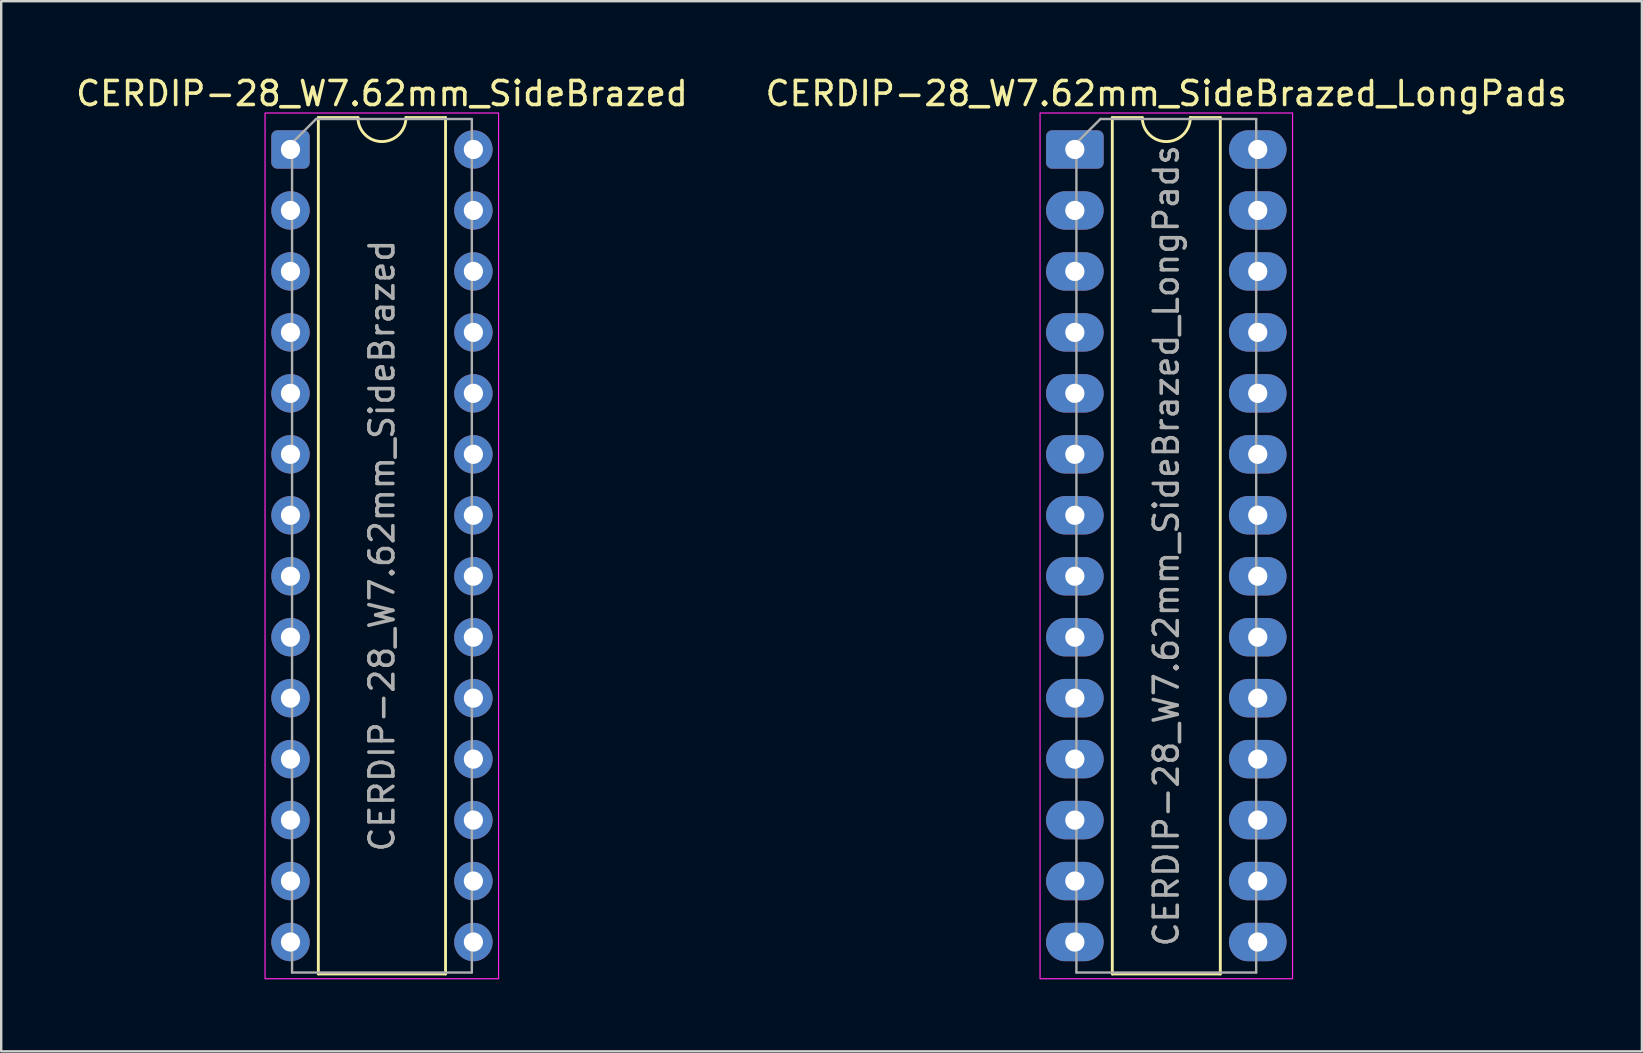
<source format=kicad_pcb>
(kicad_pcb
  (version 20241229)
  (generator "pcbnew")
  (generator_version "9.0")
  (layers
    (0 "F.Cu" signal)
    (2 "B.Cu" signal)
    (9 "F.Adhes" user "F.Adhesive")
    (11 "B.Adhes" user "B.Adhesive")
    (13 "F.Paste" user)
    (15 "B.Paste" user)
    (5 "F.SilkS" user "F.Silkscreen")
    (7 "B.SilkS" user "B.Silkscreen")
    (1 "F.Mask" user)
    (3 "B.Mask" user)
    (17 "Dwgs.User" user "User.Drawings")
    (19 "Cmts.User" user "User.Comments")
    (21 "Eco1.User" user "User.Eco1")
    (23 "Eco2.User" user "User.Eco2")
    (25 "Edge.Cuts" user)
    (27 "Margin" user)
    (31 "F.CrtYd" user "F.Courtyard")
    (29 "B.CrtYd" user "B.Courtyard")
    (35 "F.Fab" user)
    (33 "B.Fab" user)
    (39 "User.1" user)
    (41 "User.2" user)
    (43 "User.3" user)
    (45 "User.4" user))
  (footprint "CERDIP-28_W7.62mm_SideBrazed"
    (layer "F.Cu")
    (at 9.053 3.178)
    (property "Reference" "CERDIP-28_W7.62mm_SideBrazed" (at 3.81 -2.33 0) (layer "F.SilkS") (effects (font (size 1 1) (thickness 0.15))))
    (attr through_hole)
    (fp_line (start 1.16 -1.33) (end 1.16 34.35) (stroke (width 0.12) (type solid)) (layer "F.SilkS"))
    (fp_line (start 1.16 34.35) (end 6.46 34.35) (stroke (width 0.12) (type solid)) (layer "F.SilkS"))
    (fp_line (start 2.81 -1.33) (end 1.16 -1.33) (stroke (width 0.12) (type solid)) (layer "F.SilkS"))
    (fp_line (start 6.46 -1.33) (end 4.81 -1.33) (stroke (width 0.12) (type solid)) (layer "F.SilkS"))
    (fp_line (start 6.46 34.35) (end 6.46 -1.33) (stroke (width 0.12) (type solid)) (layer "F.SilkS"))
    (fp_arc (start 4.81 -1.33) (mid 3.81 -0.33) (end 2.81 -1.33) (stroke (width 0.12) (type solid)) (layer "F.SilkS"))
    (fp_rect (start -1.06 -1.52) (end 8.67 34.55) (stroke (width 0.05) (type solid)) (fill no) (layer "F.CrtYd"))
    (fp_line (start 0.065 -0.27) (end 1.065 -1.27) (stroke (width 0.1) (type solid)) (layer "F.Fab"))
    (fp_line (start 0.065 34.29) (end 0.065 -0.27) (stroke (width 0.1) (type solid)) (layer "F.Fab"))
    (fp_line (start 1.065 -1.27) (end 7.555 -1.27) (stroke (width 0.1) (type solid)) (layer "F.Fab"))
    (fp_line (start 7.555 -1.27) (end 7.555 34.29) (stroke (width 0.1) (type solid)) (layer "F.Fab"))
    (fp_line (start 7.555 34.29) (end 0.065 34.29) (stroke (width 0.1) (type solid)) (layer "F.Fab"))
    (fp_text user "${REFERENCE}" (at 3.81 16.51 90) (layer "F.Fab") (effects (font (size 1 1) (thickness 0.15))))
    (pad "1" thru_hole roundrect (at 0 0) (size 1.6 1.6) (drill 0.8) (layers "*.Cu" "*.Mask") (roundrect_rratio 0.156))
    (pad "2" thru_hole circle (at 0 2.54) (size 1.6 1.6) (drill 0.8) (layers "*.Cu" "*.Mask"))
    (pad "3" thru_hole circle (at 0 5.08) (size 1.6 1.6) (drill 0.8) (layers "*.Cu" "*.Mask"))
    (pad "4" thru_hole circle (at 0 7.62) (size 1.6 1.6) (drill 0.8) (layers "*.Cu" "*.Mask"))
    (pad "5" thru_hole circle (at 0 10.16) (size 1.6 1.6) (drill 0.8) (layers "*.Cu" "*.Mask"))
    (pad "6" thru_hole circle (at 0 12.7) (size 1.6 1.6) (drill 0.8) (layers "*.Cu" "*.Mask"))
    (pad "7" thru_hole circle (at 0 15.24) (size 1.6 1.6) (drill 0.8) (layers "*.Cu" "*.Mask"))
    (pad "8" thru_hole circle (at 0 17.78) (size 1.6 1.6) (drill 0.8) (layers "*.Cu" "*.Mask"))
    (pad "9" thru_hole circle (at 0 20.32) (size 1.6 1.6) (drill 0.8) (layers "*.Cu" "*.Mask"))
    (pad "10" thru_hole circle (at 0 22.86) (size 1.6 1.6) (drill 0.8) (layers "*.Cu" "*.Mask"))
    (pad "11" thru_hole circle (at 0 25.4) (size 1.6 1.6) (drill 0.8) (layers "*.Cu" "*.Mask"))
    (pad "12" thru_hole circle (at 0 27.94) (size 1.6 1.6) (drill 0.8) (layers "*.Cu" "*.Mask"))
    (pad "13" thru_hole circle (at 0 30.48) (size 1.6 1.6) (drill 0.8) (layers "*.Cu" "*.Mask"))
    (pad "14" thru_hole circle (at 0 33.02) (size 1.6 1.6) (drill 0.8) (layers "*.Cu" "*.Mask"))
    (pad "15" thru_hole circle (at 7.62 33.02) (size 1.6 1.6) (drill 0.8) (layers "*.Cu" "*.Mask"))
    (pad "16" thru_hole circle (at 7.62 30.48) (size 1.6 1.6) (drill 0.8) (layers "*.Cu" "*.Mask"))
    (pad "17" thru_hole circle (at 7.62 27.94) (size 1.6 1.6) (drill 0.8) (layers "*.Cu" "*.Mask"))
    (pad "18" thru_hole circle (at 7.62 25.4) (size 1.6 1.6) (drill 0.8) (layers "*.Cu" "*.Mask"))
    (pad "19" thru_hole circle (at 7.62 22.86) (size 1.6 1.6) (drill 0.8) (layers "*.Cu" "*.Mask"))
    (pad "20" thru_hole circle (at 7.62 20.32) (size 1.6 1.6) (drill 0.8) (layers "*.Cu" "*.Mask"))
    (pad "21" thru_hole circle (at 7.62 17.78) (size 1.6 1.6) (drill 0.8) (layers "*.Cu" "*.Mask"))
    (pad "22" thru_hole circle (at 7.62 15.24) (size 1.6 1.6) (drill 0.8) (layers "*.Cu" "*.Mask"))
    (pad "23" thru_hole circle (at 7.62 12.7) (size 1.6 1.6) (drill 0.8) (layers "*.Cu" "*.Mask"))
    (pad "24" thru_hole circle (at 7.62 10.16) (size 1.6 1.6) (drill 0.8) (layers "*.Cu" "*.Mask"))
    (pad "25" thru_hole circle (at 7.62 7.62) (size 1.6 1.6) (drill 0.8) (layers "*.Cu" "*.Mask"))
    (pad "26" thru_hole circle (at 7.62 5.08) (size 1.6 1.6) (drill 0.8) (layers "*.Cu" "*.Mask"))
    (pad "27" thru_hole circle (at 7.62 2.54) (size 1.6 1.6) (drill 0.8) (layers "*.Cu" "*.Mask"))
    (pad "28" thru_hole circle (at 7.62 0) (size 1.6 1.6) (drill 0.8) (layers "*.Cu" "*.Mask")))
  (footprint "CERDIP-28_W7.62mm_SideBrazed_LongPads"
    (layer "F.Cu")
    (at 41.732 3.178)
    (property "Reference" "CERDIP-28_W7.62mm_SideBrazed_LongPads" (at 3.81 -2.33 0) (layer "F.SilkS") (effects (font (size 1 1) (thickness 0.15))))
    (attr through_hole)
    (fp_line (start 1.56 -1.33) (end 1.56 34.35) (stroke (width 0.12) (type solid)) (layer "F.SilkS"))
    (fp_line (start 1.56 34.35) (end 6.06 34.35) (stroke (width 0.12) (type solid)) (layer "F.SilkS"))
    (fp_line (start 2.81 -1.33) (end 1.56 -1.33) (stroke (width 0.12) (type solid)) (layer "F.SilkS"))
    (fp_line (start 6.06 -1.33) (end 4.81 -1.33) (stroke (width 0.12) (type solid)) (layer "F.SilkS"))
    (fp_line (start 6.06 34.35) (end 6.06 -1.33) (stroke (width 0.12) (type solid)) (layer "F.SilkS"))
    (fp_arc (start 4.81 -1.33) (mid 3.81 -0.33) (end 2.81 -1.33) (stroke (width 0.12) (type solid)) (layer "F.SilkS"))
    (fp_rect (start -1.45 -1.52) (end 9.07 34.55) (stroke (width 0.05) (type solid)) (fill no) (layer "F.CrtYd"))
    (fp_line (start 0.065 -0.27) (end 1.065 -1.27) (stroke (width 0.1) (type solid)) (layer "F.Fab"))
    (fp_line (start 0.065 34.29) (end 0.065 -0.27) (stroke (width 0.1) (type solid)) (layer "F.Fab"))
    (fp_line (start 1.065 -1.27) (end 7.555 -1.27) (stroke (width 0.1) (type solid)) (layer "F.Fab"))
    (fp_line (start 7.555 -1.27) (end 7.555 34.29) (stroke (width 0.1) (type solid)) (layer "F.Fab"))
    (fp_line (start 7.555 34.29) (end 0.065 34.29) (stroke (width 0.1) (type solid)) (layer "F.Fab"))
    (fp_text user "${REFERENCE}" (at 3.81 16.51 90) (layer "F.Fab") (effects (font (size 1 1) (thickness 0.15))))
    (pad "1" thru_hole roundrect (at 0 0) (size 2.4 1.6) (drill 0.8) (layers "*.Cu" "*.Mask") (roundrect_rratio 0.156))
    (pad "2" thru_hole oval (at 0 2.54) (size 2.4 1.6) (drill 0.8) (layers "*.Cu" "*.Mask"))
    (pad "3" thru_hole oval (at 0 5.08) (size 2.4 1.6) (drill 0.8) (layers "*.Cu" "*.Mask"))
    (pad "4" thru_hole oval (at 0 7.62) (size 2.4 1.6) (drill 0.8) (layers "*.Cu" "*.Mask"))
    (pad "5" thru_hole oval (at 0 10.16) (size 2.4 1.6) (drill 0.8) (layers "*.Cu" "*.Mask"))
    (pad "6" thru_hole oval (at 0 12.7) (size 2.4 1.6) (drill 0.8) (layers "*.Cu" "*.Mask"))
    (pad "7" thru_hole oval (at 0 15.24) (size 2.4 1.6) (drill 0.8) (layers "*.Cu" "*.Mask"))
    (pad "8" thru_hole oval (at 0 17.78) (size 2.4 1.6) (drill 0.8) (layers "*.Cu" "*.Mask"))
    (pad "9" thru_hole oval (at 0 20.32) (size 2.4 1.6) (drill 0.8) (layers "*.Cu" "*.Mask"))
    (pad "10" thru_hole oval (at 0 22.86) (size 2.4 1.6) (drill 0.8) (layers "*.Cu" "*.Mask"))
    (pad "11" thru_hole oval (at 0 25.4) (size 2.4 1.6) (drill 0.8) (layers "*.Cu" "*.Mask"))
    (pad "12" thru_hole oval (at 0 27.94) (size 2.4 1.6) (drill 0.8) (layers "*.Cu" "*.Mask"))
    (pad "13" thru_hole oval (at 0 30.48) (size 2.4 1.6) (drill 0.8) (layers "*.Cu" "*.Mask"))
    (pad "14" thru_hole oval (at 0 33.02) (size 2.4 1.6) (drill 0.8) (layers "*.Cu" "*.Mask"))
    (pad "15" thru_hole oval (at 7.62 33.02) (size 2.4 1.6) (drill 0.8) (layers "*.Cu" "*.Mask"))
    (pad "16" thru_hole oval (at 7.62 30.48) (size 2.4 1.6) (drill 0.8) (layers "*.Cu" "*.Mask"))
    (pad "17" thru_hole oval (at 7.62 27.94) (size 2.4 1.6) (drill 0.8) (layers "*.Cu" "*.Mask"))
    (pad "18" thru_hole oval (at 7.62 25.4) (size 2.4 1.6) (drill 0.8) (layers "*.Cu" "*.Mask"))
    (pad "19" thru_hole oval (at 7.62 22.86) (size 2.4 1.6) (drill 0.8) (layers "*.Cu" "*.Mask"))
    (pad "20" thru_hole oval (at 7.62 20.32) (size 2.4 1.6) (drill 0.8) (layers "*.Cu" "*.Mask"))
    (pad "21" thru_hole oval (at 7.62 17.78) (size 2.4 1.6) (drill 0.8) (layers "*.Cu" "*.Mask"))
    (pad "22" thru_hole oval (at 7.62 15.24) (size 2.4 1.6) (drill 0.8) (layers "*.Cu" "*.Mask"))
    (pad "23" thru_hole oval (at 7.62 12.7) (size 2.4 1.6) (drill 0.8) (layers "*.Cu" "*.Mask"))
    (pad "24" thru_hole oval (at 7.62 10.16) (size 2.4 1.6) (drill 0.8) (layers "*.Cu" "*.Mask"))
    (pad "25" thru_hole oval (at 7.62 7.62) (size 2.4 1.6) (drill 0.8) (layers "*.Cu" "*.Mask"))
    (pad "26" thru_hole oval (at 7.62 5.08) (size 2.4 1.6) (drill 0.8) (layers "*.Cu" "*.Mask"))
    (pad "27" thru_hole oval (at 7.62 2.54) (size 2.4 1.6) (drill 0.8) (layers "*.Cu" "*.Mask"))
    (pad "28" thru_hole oval (at 7.62 0) (size 2.4 1.6) (drill 0.8) (layers "*.Cu" "*.Mask")))
  (gr_rect
    (start -3 -3)
    (end 65.357 40.753)
    (stroke (width 0.1) (type default))
    (fill no)
    (layer "Edge.Cuts")))
</source>
